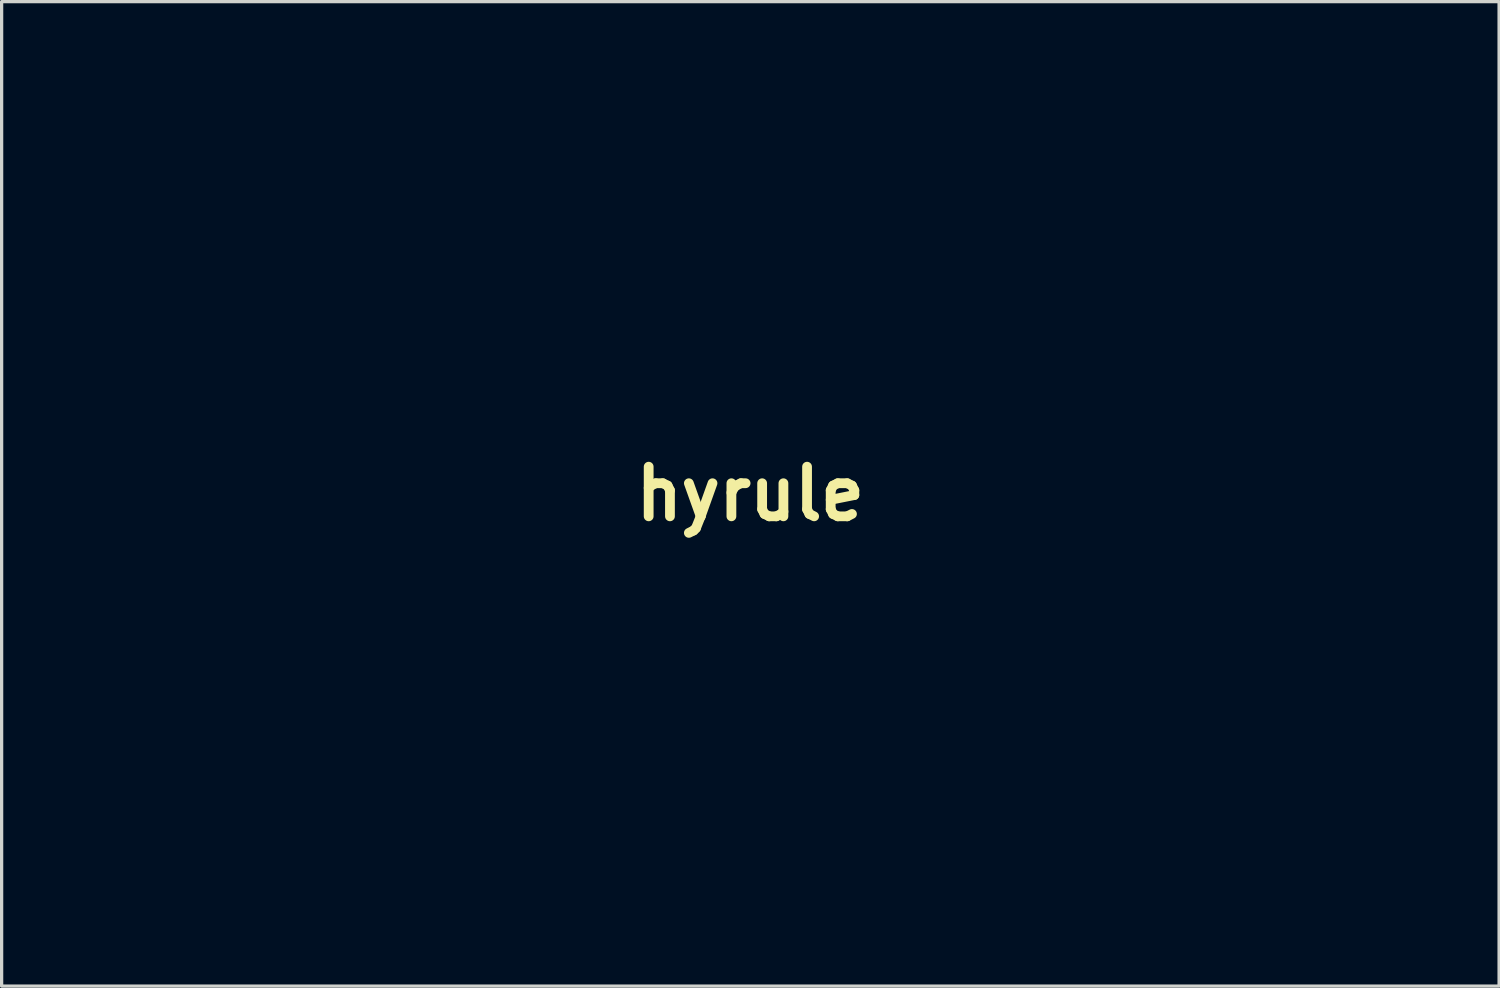
<source format=kicad_pcb>
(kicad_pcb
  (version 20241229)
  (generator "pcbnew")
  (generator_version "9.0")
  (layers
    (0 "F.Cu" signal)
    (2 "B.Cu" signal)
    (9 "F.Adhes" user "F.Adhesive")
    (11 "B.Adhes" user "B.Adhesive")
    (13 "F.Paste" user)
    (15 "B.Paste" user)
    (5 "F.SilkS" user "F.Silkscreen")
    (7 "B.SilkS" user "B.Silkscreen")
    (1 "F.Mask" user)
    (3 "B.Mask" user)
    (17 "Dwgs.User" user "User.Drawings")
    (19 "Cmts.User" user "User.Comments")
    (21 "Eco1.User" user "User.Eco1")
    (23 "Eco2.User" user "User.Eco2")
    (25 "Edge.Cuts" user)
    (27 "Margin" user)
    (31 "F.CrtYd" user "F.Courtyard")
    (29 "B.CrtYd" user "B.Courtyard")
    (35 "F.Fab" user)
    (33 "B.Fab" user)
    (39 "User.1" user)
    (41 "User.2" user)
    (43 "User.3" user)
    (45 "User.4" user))
  (footprint "hyrule"
    (layer "F.Cu")
    (at 19.985 12.112)
    (property "Reference" "hyrule" (at 0 0 0) (layer "F.SilkS") (effects (font (size 1.524 1.524) (thickness 0.3))))
    (attr through_hole)
    (fp_poly (pts (xy 0.175 -11.254) (xy 0.264 -11.119) (xy 0.43 -10.852) (xy 0.663 -10.468) (xy 0.955 -9.982) (xy 1.297 -9.408) (xy 1.681 -8.761) (xy 2.097 -8.057) (xy 2.536 -7.308) (xy 2.991 -6.531) (xy 3.452 -5.741) (xy 3.911 -4.95) (xy 3.934 -4.911) (xy 5.087 -2.921) (xy 4.004 -2.867) (xy 3.598 -2.852) (xy 3.051 -2.841) (xy 2.391 -2.832) (xy 1.645 -2.826) (xy 0.842 -2.823) (xy 0.009 -2.822) (xy -0.825 -2.825) (xy -1.632 -2.83) (xy -2.385 -2.838) (xy -3.056 -2.849) (xy -3.616 -2.862) (xy -3.96 -2.875) (xy -4.999 -2.921) (xy -3.932 -4.774) (xy -3.63 -5.298) (xy -3.284 -5.892) (xy -2.908 -6.537) (xy -2.537 -7.171) (xy -2.255 -7.171) (xy -2.254 -7.123) (xy -2.227 -7.04) (xy -2.17 -6.91) (xy -2.074 -6.722) (xy -1.935 -6.462) (xy -1.745 -6.118) (xy -1.498 -5.679) (xy -1.188 -5.131) (xy -0.807 -4.464) (xy -0.351 -3.664) (xy -0.246 -3.481) (xy 0.014 -3.026) (xy 0.337 -3.566) (xy 0.481 -3.81) (xy 0.688 -4.169) (xy 0.939 -4.609) (xy 1.216 -5.096) (xy 1.499 -5.598) (xy 1.517 -5.629) (xy 1.805 -6.145) (xy 2.017 -6.534) (xy 2.16 -6.814) (xy 2.242 -7.004) (xy 2.272 -7.121) (xy 2.259 -7.185) (xy 2.224 -7.21) (xy 2.095 -7.228) (xy 1.826 -7.243) (xy 1.447 -7.254) (xy 0.985 -7.262) (xy 0.47 -7.267) (xy -0.07 -7.268) (xy -0.606 -7.266) (xy -1.109 -7.261) (xy -1.55 -7.252) (xy -1.9 -7.241) (xy -2.131 -7.225) (xy -2.208 -7.212) (xy -2.238 -7.197) (xy -2.255 -7.171) (xy -2.537 -7.171) (xy -2.514 -7.21) (xy -2.113 -7.892) (xy -1.718 -8.563) (xy -1.341 -9.201) (xy -0.995 -9.786) (xy -0.69 -10.297) (xy -0.44 -10.715) (xy -0.256 -11.018) (xy -0.189 -11.127) (xy 0.02 -11.458) (xy 0.175 -11.254)) (stroke (width 0.01) (type solid)) (fill yes) (layer "F.Mask"))
    (fp_poly (pts (xy 0.055 -1.465) (xy 0.109 -1.411) (xy 0.189 -1.3) (xy 0.304 -1.12) (xy 0.46 -0.857) (xy 0.669 -0.496) (xy 0.937 -0.025) (xy 1.275 0.57) (xy 1.553 1.062) (xy 1.806 1.513) (xy 2.026 1.92) (xy 2.202 2.257) (xy 2.32 2.5) (xy 2.367 2.623) (xy 2.368 2.628) (xy 2.301 2.729) (xy 2.126 2.897) (xy 1.874 3.103) (xy 1.723 3.216) (xy 1.223 3.617) (xy 0.875 3.992) (xy 0.669 4.354) (xy 0.593 4.719) (xy 0.593 4.762) (xy 0.609 4.986) (xy 0.677 5.178) (xy 0.822 5.394) (xy 0.976 5.582) (xy 1.186 5.855) (xy 1.303 6.067) (xy 1.317 6.169) (xy 1.269 6.341) (xy 1.186 6.647) (xy 1.077 7.057) (xy 0.949 7.543) (xy 0.811 8.074) (xy 0.669 8.621) (xy 0.531 9.153) (xy 0.406 9.642) (xy 0.3 10.058) (xy 0.222 10.371) (xy 0.187 10.52) (xy 0.115 10.803) (xy 0.05 11.008) (xy 0.005 11.091) (xy 0.003 11.091) (xy -0.036 11.014) (xy -0.104 10.804) (xy -0.19 10.492) (xy -0.287 10.11) (xy -0.29 10.097) (xy -0.396 9.67) (xy -0.533 9.133) (xy -0.688 8.538) (xy -0.847 7.94) (xy -0.944 7.582) (xy -1.357 6.062) (xy -0.933 5.632) (xy -0.659 5.315) (xy -0.524 5.032) (xy -0.514 4.736) (xy -0.621 4.38) (xy -0.639 4.336) (xy -0.815 4.038) (xy -1.099 3.695) (xy -1.45 3.351) (xy -1.829 3.045) (xy -1.968 2.95) (xy -2.188 2.8) (xy -2.334 2.681) (xy -2.371 2.633) (xy -2.33 2.542) (xy -2.217 2.329) (xy -2.046 2.016) (xy -1.828 1.627) (xy -1.579 1.186) (xy -1.311 0.715) (xy -1.038 0.24) (xy -0.774 -0.218) (xy -0.531 -0.635) (xy -0.322 -0.987) (xy -0.163 -1.25) (xy -0.065 -1.403) (xy -0.046 -1.427) (xy -0.014 -1.46) (xy 0.016 -1.477) (xy 0.055 -1.465)) (stroke (width 0.01) (type solid)) (fill yes) (layer "F.Mask"))
    (fp_poly (pts (xy 3.461 3.565) (xy 3.628 3.618) (xy 3.879 3.71) (xy 4.065 3.792) (xy 4.114 3.821) (xy 4.161 3.927) (xy 4.226 4.168) (xy 4.301 4.512) (xy 4.379 4.926) (xy 4.406 5.079) (xy 4.48 5.511) (xy 4.55 5.885) (xy 4.607 6.167) (xy 4.646 6.326) (xy 4.654 6.346) (xy 4.75 6.373) (xy 4.99 6.401) (xy 5.348 6.43) (xy 5.799 6.457) (xy 6.318 6.48) (xy 6.513 6.487) (xy 8.322 6.546) (xy 8.627 6.808) (xy 8.833 6.993) (xy 8.993 7.152) (xy 9.032 7.197) (xy 9.127 7.409) (xy 9.184 7.715) (xy 9.195 8.041) (xy 9.155 8.315) (xy 9.145 8.341) (xy 9.073 8.482) (xy 8.927 8.73) (xy 8.721 9.062) (xy 8.471 9.457) (xy 8.19 9.89) (xy 7.896 10.339) (xy 7.602 10.782) (xy 7.323 11.196) (xy 7.075 11.558) (xy 6.872 11.845) (xy 6.729 12.035) (xy 6.662 12.105) (xy 6.662 12.105) (xy 6.624 12.042) (xy 6.638 11.959) (xy 6.691 11.775) (xy 6.775 11.468) (xy 6.883 11.07) (xy 7.005 10.612) (xy 7.134 10.128) (xy 7.26 9.649) (xy 7.376 9.206) (xy 7.473 8.833) (xy 7.542 8.559) (xy 7.575 8.421) (xy 7.626 8.164) (xy 6.139 7.922) (xy 5.658 7.847) (xy 5.236 7.787) (xy 4.902 7.744) (xy 4.682 7.724) (xy 4.606 7.727) (xy 4.608 7.824) (xy 4.656 8.04) (xy 4.738 8.334) (xy 4.77 8.437) (xy 4.863 8.747) (xy 4.926 8.988) (xy 4.949 9.122) (xy 4.946 9.136) (xy 4.897 9.121) (xy 4.771 9.04) (xy 4.555 8.884) (xy 4.239 8.645) (xy 3.809 8.313) (xy 3.495 8.068) (xy 3.434 8) (xy 3.415 7.899) (xy 3.441 7.726) (xy 3.514 7.443) (xy 3.554 7.306) (xy 3.744 6.646) (xy 3.181 5.391) (xy 2.992 4.956) (xy 2.837 4.569) (xy 2.725 4.259) (xy 2.668 4.055) (xy 2.664 3.994) (xy 2.762 3.853) (xy 2.94 3.693) (xy 2.973 3.67) (xy 3.141 3.564) (xy 3.28 3.531) (xy 3.461 3.565)) (stroke (width 0.01) (type solid)) (fill yes) (layer "F.Mask"))
    (fp_poly (pts (xy -2.801 3.763) (xy -2.507 4.058) (xy -3.041 5.225) (xy -3.232 5.647) (xy -3.398 6.025) (xy -3.526 6.328) (xy -3.602 6.525) (xy -3.616 6.57) (xy -3.612 6.738) (xy -3.562 7.007) (xy -3.479 7.32) (xy -3.478 7.322) (xy -3.383 7.671) (xy -3.356 7.891) (xy -3.39 8.005) (xy -3.518 8.131) (xy -3.724 8.304) (xy -3.978 8.502) (xy -4.245 8.7) (xy -4.494 8.875) (xy -4.693 9.004) (xy -4.809 9.063) (xy -4.826 9.057) (xy -4.804 8.934) (xy -4.744 8.695) (xy -4.66 8.39) (xy -4.643 8.332) (xy -4.561 8.03) (xy -4.508 7.799) (xy -4.493 7.679) (xy -4.495 7.671) (xy -4.6 7.664) (xy -4.849 7.686) (xy -5.22 7.736) (xy -5.69 7.81) (xy -6.237 7.904) (xy -6.583 7.968) (xy -7.024 8.057) (xy -7.317 8.132) (xy -7.481 8.201) (xy -7.535 8.268) (xy -7.535 8.273) (xy -7.514 8.389) (xy -7.455 8.643) (xy -7.365 9.009) (xy -7.249 9.461) (xy -7.115 9.973) (xy -7.062 10.175) (xy -6.925 10.697) (xy -6.808 11.162) (xy -6.716 11.547) (xy -6.655 11.826) (xy -6.631 11.977) (xy -6.633 11.995) (xy -6.689 11.94) (xy -6.826 11.76) (xy -7.029 11.474) (xy -7.288 11.1) (xy -7.588 10.656) (xy -7.913 10.168) (xy -9.149 8.296) (xy -9.092 7.744) (xy -9.052 7.434) (xy -8.994 7.236) (xy -8.891 7.092) (xy -8.73 6.954) (xy -8.504 6.793) (xy -8.305 6.673) (xy -8.255 6.65) (xy -8.121 6.626) (xy -7.847 6.599) (xy -7.46 6.571) (xy -6.99 6.543) (xy -6.464 6.519) (xy -6.363 6.515) (xy -5.84 6.492) (xy -5.376 6.468) (xy -4.997 6.443) (xy -4.729 6.42) (xy -4.599 6.401) (xy -4.591 6.397) (xy -4.558 6.3) (xy -4.503 6.067) (xy -4.431 5.729) (xy -4.349 5.315) (xy -4.31 5.112) (xy -4.225 4.673) (xy -4.144 4.294) (xy -4.074 4.006) (xy -4.023 3.839) (xy -4.009 3.813) (xy -3.892 3.751) (xy -3.673 3.663) (xy -3.516 3.608) (xy -3.096 3.469) (xy -2.801 3.763)) (stroke (width 0.01) (type solid)) (fill yes) (layer "F.Mask"))
    (fp_poly (pts (xy 19.898 -12.087) (xy 19.93 -12.011) (xy 19.953 -11.86) (xy 19.968 -11.614) (xy 19.977 -11.253) (xy 19.981 -10.756) (xy 19.981 -10.327) (xy 19.979 -9.696) (xy 19.971 -9.218) (xy 19.956 -8.877) (xy 19.933 -8.656) (xy 19.902 -8.54) (xy 19.875 -8.512) (xy 19.776 -8.5) (xy 19.521 -8.476) (xy 19.124 -8.442) (xy 18.598 -8.398) (xy 17.958 -8.346) (xy 17.217 -8.287) (xy 16.388 -8.221) (xy 15.485 -8.151) (xy 14.521 -8.076) (xy 13.592 -8.005) (xy 12.585 -7.927) (xy 11.628 -7.852) (xy 10.733 -7.78) (xy 9.915 -7.712) (xy 9.185 -7.651) (xy 8.559 -7.596) (xy 8.049 -7.549) (xy 7.669 -7.512) (xy 7.432 -7.485) (xy 7.351 -7.47) (xy 7.346 -7.367) (xy 7.383 -7.153) (xy 7.45 -6.878) (xy 7.533 -6.59) (xy 7.619 -6.338) (xy 7.694 -6.172) (xy 7.712 -6.146) (xy 7.809 -6.131) (xy 8.057 -6.118) (xy 8.439 -6.107) (xy 8.938 -6.098) (xy 9.535 -6.092) (xy 10.214 -6.087) (xy 10.957 -6.085) (xy 11.745 -6.084) (xy 12.563 -6.086) (xy 13.39 -6.089) (xy 14.212 -6.095) (xy 15.008 -6.103) (xy 15.763 -6.112) (xy 16.458 -6.124) (xy 17.076 -6.138) (xy 17.547 -6.151) (xy 18.135 -6.169) (xy 18.57 -6.175) (xy 18.87 -6.169) (xy 19.05 -6.151) (xy 19.128 -6.12) (xy 19.135 -6.104) (xy 19.09 -6.005) (xy 18.968 -5.788) (xy 18.78 -5.475) (xy 18.543 -5.09) (xy 18.271 -4.654) (xy 17.977 -4.191) (xy 17.677 -3.722) (xy 17.385 -3.271) (xy 17.115 -2.86) (xy 16.882 -2.512) (xy 16.701 -2.249) (xy 16.585 -2.094) (xy 16.552 -2.063) (xy 16.454 -2.077) (xy 16.21 -2.134) (xy 15.838 -2.227) (xy 15.357 -2.353) (xy 14.783 -2.507) (xy 14.134 -2.684) (xy 13.429 -2.879) (xy 13.12 -2.965) (xy 12.017 -3.274) (xy 11.066 -3.539) (xy 10.259 -3.762) (xy 9.585 -3.946) (xy 9.035 -4.093) (xy 8.599 -4.205) (xy 8.268 -4.286) (xy 8.031 -4.338) (xy 7.878 -4.364) (xy 7.801 -4.366) (xy 7.792 -4.362) (xy 7.744 -4.261) (xy 7.695 -4.049) (xy 7.671 -3.9) (xy 7.609 -3.561) (xy 7.521 -3.22) (xy 7.491 -3.126) (xy 7.414 -2.883) (xy 7.37 -2.698) (xy 7.366 -2.659) (xy 7.375 -2.631) (xy 7.409 -2.598) (xy 7.48 -2.558) (xy 7.6 -2.505) (xy 7.78 -2.436) (xy 8.033 -2.348) (xy 8.37 -2.235) (xy 8.803 -2.095) (xy 9.343 -1.922) (xy 10.004 -1.714) (xy 10.795 -1.466) (xy 11.729 -1.175) (xy 12.352 -0.981) (xy 12.948 -0.794) (xy 13.49 -0.623) (xy 13.957 -0.474) (xy 14.328 -0.353) (xy 14.584 -0.268) (xy 14.703 -0.225) (xy 14.708 -0.221) (xy 14.659 -0.159) (xy 14.492 -0.02) (xy 14.229 0.181) (xy 13.893 0.427) (xy 13.506 0.703) (xy 13.092 0.993) (xy 12.673 1.28) (xy 12.271 1.549) (xy 11.911 1.784) (xy 11.614 1.969) (xy 11.416 2.081) (xy 11.348 2.112) (xy 11.276 2.124) (xy 11.183 2.108) (xy 11.054 2.056) (xy 10.872 1.959) (xy 10.622 1.808) (xy 10.288 1.593) (xy 9.854 1.307) (xy 9.303 0.94) (xy 8.958 0.709) (xy 8.406 0.338) (xy 7.894 -0.008) (xy 7.441 -0.315) (xy 7.064 -0.573) (xy 6.784 -0.767) (xy 6.617 -0.886) (xy 6.582 -0.913) (xy 6.46 -1.001) (xy 6.411 -1.008) (xy 6.347 -0.937) (xy 6.189 -0.769) (xy 5.961 -0.53) (xy 5.692 -0.248) (xy 4.995 0.477) (xy 6.525 1.784) (xy 6.966 2.161) (xy 7.373 2.508) (xy 7.725 2.809) (xy 8.002 3.045) (xy 8.182 3.199) (xy 8.235 3.244) (xy 8.313 3.317) (xy 8.347 3.378) (xy 8.317 3.439) (xy 8.208 3.509) (xy 8.001 3.598) (xy 7.677 3.715) (xy 7.22 3.871) (xy 6.917 3.973) (xy 5.664 4.393) (xy 5.386 3.953) (xy 5.247 3.723) (xy 5.05 3.382) (xy 4.816 2.969) (xy 4.568 2.522) (xy 4.45 2.305) (xy 3.793 1.097) (xy 3.499 1.279) (xy 3.34 1.371) (xy 3.223 1.401) (xy 3.118 1.348) (xy 2.995 1.194) (xy 2.824 0.92) (xy 2.758 0.811) (xy 2.457 0.309) (xy 3.07 -0.023) (xy 3.68 -0.379) (xy 4.187 -0.736) (xy 4.649 -1.139) (xy 4.924 -1.416) (xy 5.334 -1.912) (xy 5.677 -2.48) (xy 5.971 -3.156) (xy 6.154 -3.7) (xy 6.241 -3.997) (xy 6.303 -4.258) (xy 6.344 -4.521) (xy 6.369 -4.828) (xy 6.381 -5.216) (xy 6.386 -5.727) (xy 6.386 -5.842) (xy 6.386 -6.371) (xy 6.379 -6.767) (xy 6.361 -7.066) (xy 6.329 -7.304) (xy 6.279 -7.518) (xy 6.206 -7.744) (xy 6.165 -7.858) (xy 5.731 -8.809) (xy 5.148 -9.698) (xy 4.742 -10.181) (xy 4.524 -10.429) (xy 4.369 -10.623) (xy 4.299 -10.735) (xy 4.305 -10.753) (xy 4.397 -10.699) (xy 4.587 -10.552) (xy 4.85 -10.333) (xy 5.159 -10.063) (xy 5.218 -10.01) (xy 6.045 -9.268) (xy 8.209 -9.719) (xy 9.645 -10.018) (xy 11.023 -10.305) (xy 12.334 -10.577) (xy 13.569 -10.833) (xy 14.719 -11.07) (xy 15.776 -11.288) (xy 16.732 -11.484) (xy 17.576 -11.656) (xy 18.302 -11.804) (xy 18.899 -11.924) (xy 19.36 -12.016) (xy 19.675 -12.077) (xy 19.837 -12.105) (xy 19.855 -12.107) (xy 19.898 -12.087)) (stroke (width 0.01) (type solid)) (fill yes) (layer "F.Mask"))
    (fp_poly (pts (xy -19.797 -12.09) (xy -19.536 -12.04) (xy -19.128 -11.959) (xy -18.579 -11.848) (xy -17.898 -11.71) (xy -17.095 -11.546) (xy -16.176 -11.357) (xy -15.152 -11.146) (xy -14.03 -10.915) (xy -12.819 -10.664) (xy -11.527 -10.396) (xy -10.164 -10.113) (xy -9.611 -9.998) (xy -5.973 -9.241) (xy -5.405 -9.818) (xy -5.121 -10.097) (xy -4.845 -10.352) (xy -4.623 -10.541) (xy -4.556 -10.592) (xy -4.276 -10.789) (xy -4.487 -10.526) (xy -4.649 -10.326) (xy -4.871 -10.054) (xy -5.104 -9.768) (xy -5.105 -9.767) (xy -5.652 -8.967) (xy -6.063 -8.082) (xy -6.335 -7.134) (xy -6.462 -6.144) (xy -6.441 -5.135) (xy -6.267 -4.129) (xy -6.239 -4.022) (xy -5.946 -3.117) (xy -5.59 -2.332) (xy -5.18 -1.684) (xy -4.85 -1.305) (xy -4.578 -1.06) (xy -4.234 -0.784) (xy -3.853 -0.501) (xy -3.468 -0.234) (xy -3.116 -0.009) (xy -2.829 0.152) (xy -2.662 0.22) (xy -2.506 0.272) (xy -2.455 0.31) (xy -2.503 0.422) (xy -2.623 0.619) (xy -2.783 0.854) (xy -2.951 1.082) (xy -3.092 1.253) (xy -3.168 1.321) (xy -3.32 1.316) (xy -3.527 1.242) (xy -3.544 1.234) (xy -3.802 1.101) (xy -4.115 1.672) (xy -4.507 2.386) (xy -4.827 2.964) (xy -5.082 3.422) (xy -5.281 3.772) (xy -5.433 4.029) (xy -5.544 4.205) (xy -5.625 4.316) (xy -5.682 4.375) (xy -5.724 4.396) (xy -5.742 4.396) (xy -5.837 4.366) (xy -6.064 4.289) (xy -6.393 4.174) (xy -6.796 4.031) (xy -7.07 3.933) (xy -7.505 3.776) (xy -7.885 3.639) (xy -8.179 3.533) (xy -8.361 3.468) (xy -8.404 3.452) (xy -8.359 3.394) (xy -8.201 3.243) (xy -7.946 3.013) (xy -7.61 2.72) (xy -7.211 2.378) (xy -6.861 2.083) (xy -6.41 1.705) (xy -5.999 1.357) (xy -5.646 1.055) (xy -5.37 0.816) (xy -5.191 0.658) (xy -5.132 0.602) (xy -5.092 0.532) (xy -5.104 0.444) (xy -5.185 0.314) (xy -5.349 0.119) (xy -5.613 -0.164) (xy -5.715 -0.271) (xy -6.419 -1.007) (xy -8.801 0.597) (xy -9.365 0.976) (xy -9.884 1.324) (xy -10.341 1.628) (xy -10.72 1.879) (xy -11.004 2.065) (xy -11.177 2.175) (xy -11.224 2.201) (xy -11.31 2.156) (xy -11.51 2.031) (xy -11.8 1.842) (xy -12.156 1.607) (xy -12.553 1.341) (xy -12.966 1.061) (xy -13.371 0.784) (xy -13.743 0.525) (xy -14.046 0.311) (xy -14.361 0.082) (xy -14.555 -0.07) (xy -14.645 -0.165) (xy -14.647 -0.223) (xy -14.58 -0.264) (xy -14.554 -0.274) (xy -14.432 -0.315) (xy -14.166 -0.4) (xy -13.774 -0.524) (xy -13.273 -0.681) (xy -12.681 -0.866) (xy -12.017 -1.073) (xy -11.298 -1.297) (xy -10.855 -1.434) (xy -10.119 -1.663) (xy -9.434 -1.877) (xy -8.816 -2.071) (xy -8.283 -2.24) (xy -7.851 -2.378) (xy -7.537 -2.48) (xy -7.358 -2.541) (xy -7.322 -2.556) (xy -7.327 -2.65) (xy -7.38 -2.853) (xy -7.447 -3.058) (xy -7.554 -3.415) (xy -7.641 -3.797) (xy -7.668 -3.963) (xy -7.721 -4.24) (xy -7.792 -4.376) (xy -7.864 -4.403) (xy -7.976 -4.381) (xy -8.23 -4.318) (xy -8.608 -4.22) (xy -9.089 -4.092) (xy -9.652 -3.939) (xy -10.278 -3.767) (xy -10.753 -3.635) (xy -11.872 -3.323) (xy -12.839 -3.054) (xy -13.666 -2.824) (xy -14.362 -2.631) (xy -14.94 -2.471) (xy -15.41 -2.341) (xy -15.784 -2.24) (xy -16.072 -2.162) (xy -16.286 -2.106) (xy -16.437 -2.069) (xy -16.536 -2.047) (xy -16.593 -2.038) (xy -16.621 -2.037) (xy -16.628 -2.041) (xy -16.697 -2.14) (xy -16.837 -2.357) (xy -17.035 -2.669) (xy -17.277 -3.055) (xy -17.549 -3.49) (xy -17.837 -3.953) (xy -18.127 -4.422) (xy -18.405 -4.873) (xy -18.657 -5.285) (xy -18.869 -5.634) (xy -19.028 -5.899) (xy -19.118 -6.057) (xy -19.135 -6.091) (xy -19.057 -6.12) (xy -18.849 -6.135) (xy -18.551 -6.135) (xy -18.436 -6.13) (xy -18.165 -6.121) (xy -17.76 -6.113) (xy -17.24 -6.104) (xy -16.622 -6.096) (xy -15.925 -6.088) (xy -15.167 -6.08) (xy -14.366 -6.074) (xy -13.539 -6.068) (xy -12.706 -6.062) (xy -11.883 -6.058) (xy -11.089 -6.055) (xy -10.343 -6.053) (xy -9.661 -6.052) (xy -9.062 -6.053) (xy -8.565 -6.055) (xy -8.187 -6.058) (xy -7.946 -6.064) (xy -7.864 -6.069) (xy -7.747 -6.109) (xy -7.66 -6.199) (xy -7.582 -6.375) (xy -7.493 -6.672) (xy -7.47 -6.76) (xy -7.393 -7.068) (xy -7.343 -7.306) (xy -7.328 -7.434) (xy -7.331 -7.444) (xy -7.372 -7.463) (xy -7.465 -7.485) (xy -7.62 -7.509) (xy -7.847 -7.537) (xy -8.157 -7.57) (xy -8.559 -7.608) (xy -9.064 -7.653) (xy -9.682 -7.706) (xy -10.423 -7.766) (xy -11.298 -7.836) (xy -12.317 -7.917) (xy -13.49 -8.008) (xy -14.082 -8.054) (xy -15.16 -8.139) (xy -16.155 -8.219) (xy -17.057 -8.295) (xy -17.855 -8.364) (xy -18.538 -8.427) (xy -19.096 -8.481) (xy -19.518 -8.527) (xy -19.794 -8.562) (xy -19.913 -8.587) (xy -19.917 -8.59) (xy -19.94 -8.703) (xy -19.958 -8.949) (xy -19.971 -9.296) (xy -19.978 -9.716) (xy -19.98 -10.176) (xy -19.978 -10.647) (xy -19.971 -11.099) (xy -19.959 -11.501) (xy -19.943 -11.824) (xy -19.923 -12.036) (xy -19.899 -12.107) (xy -19.797 -12.09)) (stroke (width 0.01) (type solid)) (fill yes) (layer "F.Mask")))
  (gr_rect
    (start -3 -3)
    (end 42.972 27.223)
    (stroke (width 0.1) (type default))
    (fill no)
    (layer "Edge.Cuts")))
</source>
